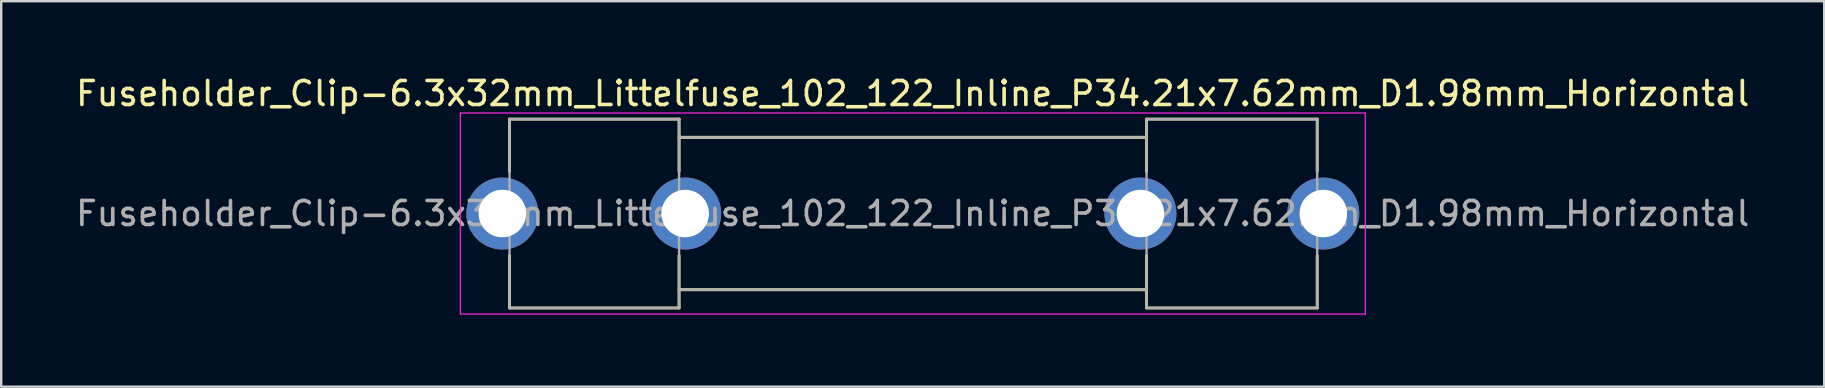
<source format=kicad_pcb>
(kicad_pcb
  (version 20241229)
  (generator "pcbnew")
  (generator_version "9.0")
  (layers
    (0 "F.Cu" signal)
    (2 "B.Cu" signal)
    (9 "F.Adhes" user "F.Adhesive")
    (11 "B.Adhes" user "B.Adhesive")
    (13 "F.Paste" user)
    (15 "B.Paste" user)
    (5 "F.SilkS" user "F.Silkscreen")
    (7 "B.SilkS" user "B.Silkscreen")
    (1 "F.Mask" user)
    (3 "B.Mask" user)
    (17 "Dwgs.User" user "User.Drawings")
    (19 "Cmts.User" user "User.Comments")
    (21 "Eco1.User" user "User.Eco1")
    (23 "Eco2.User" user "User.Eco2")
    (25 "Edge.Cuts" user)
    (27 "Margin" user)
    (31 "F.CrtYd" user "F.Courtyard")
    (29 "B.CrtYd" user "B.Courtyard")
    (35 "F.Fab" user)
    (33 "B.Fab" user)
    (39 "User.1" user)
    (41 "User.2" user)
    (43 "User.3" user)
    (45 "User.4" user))
  (footprint "Fuseholder_Clip-6.3x32mm_Littelfuse_102_122_Inline_P34.21x7.62mm_D1.98mm_Horizontal"
    (layer "F.Cu")
    (at 17.882 5.848)
    (property "Reference" "Fuseholder_Clip-6.3x32mm_Littelfuse_102_122_Inline_P34.21x7.62mm_D1.98mm_Horizontal" (at 17.1 -5 0) (layer "F.SilkS") (effects (font (size 1 1) (thickness 0.15))))
    (attr through_hole)
    (fp_line (start 0.3 -3.935) (end 0.3 -1.75) (stroke (width 0.12) (type solid)) (layer "F.SilkS"))
    (fp_line (start 0.3 3.935) (end 0.3 1.75) (stroke (width 0.12) (type solid)) (layer "F.SilkS"))
    (fp_line (start 7.365 -3.935) (end 0.3 -3.935) (stroke (width 0.12) (type solid)) (layer "F.SilkS"))
    (fp_line (start 7.365 -3.935) (end 7.365 -1.75) (stroke (width 0.12) (type solid)) (layer "F.SilkS"))
    (fp_line (start 7.365 3.935) (end 0.3 3.935) (stroke (width 0.12) (type solid)) (layer "F.SilkS"))
    (fp_line (start 7.365 3.935) (end 7.365 1.75) (stroke (width 0.12) (type solid)) (layer "F.SilkS"))
    (fp_line (start 26.845 -3.935) (end 26.845 -1.75) (stroke (width 0.12) (type solid)) (layer "F.SilkS"))
    (fp_line (start 26.845 -3.175) (end 7.365 -3.175) (stroke (width 0.12) (type solid)) (layer "F.SilkS"))
    (fp_line (start 26.845 3.175) (end 7.365 3.175) (stroke (width 0.12) (type solid)) (layer "F.SilkS"))
    (fp_line (start 26.845 3.935) (end 26.845 1.75) (stroke (width 0.12) (type solid)) (layer "F.SilkS"))
    (fp_line (start 26.845 3.935) (end 33.955 3.935) (stroke (width 0.12) (type solid)) (layer "F.SilkS"))
    (fp_line (start 33.955 -3.935) (end 26.845 -3.935) (stroke (width 0.12) (type solid)) (layer "F.SilkS"))
    (fp_line (start 33.955 -1.75) (end 33.955 -3.935) (stroke (width 0.12) (type solid)) (layer "F.SilkS"))
    (fp_line (start 33.955 1.75) (end 33.955 3.935) (stroke (width 0.12) (type solid)) (layer "F.SilkS"))
    (fp_line (start -1.75 -4.19) (end -1.75 4.19) (stroke (width 0.05) (type solid)) (layer "F.CrtYd"))
    (fp_line (start -1.75 -4.19) (end 35.96 -4.19) (stroke (width 0.05) (type solid)) (layer "F.CrtYd"))
    (fp_line (start 35.96 4.19) (end -1.75 4.19) (stroke (width 0.05) (type solid)) (layer "F.CrtYd"))
    (fp_line (start 35.96 4.19) (end 35.96 -4.19) (stroke (width 0.05) (type solid)) (layer "F.CrtYd"))
    (fp_line (start 0.3 -3.935) (end 7.365 -3.935) (stroke (width 0.1) (type solid)) (layer "F.Fab"))
    (fp_line (start 0.3 3.935) (end 0.3 -3.935) (stroke (width 0.1) (type solid)) (layer "F.Fab"))
    (fp_line (start 7.365 -3.935) (end 7.365 3.935) (stroke (width 0.1) (type solid)) (layer "F.Fab"))
    (fp_line (start 7.365 -3.175) (end 26.845 -3.175) (stroke (width 0.1) (type solid)) (layer "F.Fab"))
    (fp_line (start 7.365 3.935) (end 0.3 3.935) (stroke (width 0.1) (type solid)) (layer "F.Fab"))
    (fp_line (start 26.845 -3.935) (end 26.845 3.935) (stroke (width 0.1) (type solid)) (layer "F.Fab"))
    (fp_line (start 26.845 3.175) (end 7.365 3.175) (stroke (width 0.1) (type solid)) (layer "F.Fab"))
    (fp_line (start 26.845 3.935) (end 33.955 3.935) (stroke (width 0.1) (type solid)) (layer "F.Fab"))
    (fp_line (start 33.955 -3.935) (end 26.845 -3.935) (stroke (width 0.1) (type solid)) (layer "F.Fab"))
    (fp_line (start 33.955 3.935) (end 33.955 -3.935) (stroke (width 0.1) (type solid)) (layer "F.Fab"))
    (fp_text user "${REFERENCE}" (at 17.1 0 0) (layer "F.Fab") (effects (font (size 1 1) (thickness 0.15))))
    (pad "1" thru_hole circle (at 0 0) (size 3 3) (drill 1.98) (layers "*.Cu" "*.Mask"))
    (pad "1" thru_hole circle (at 7.62 0) (size 3 3) (drill 1.98) (layers "*.Cu" "*.Mask"))
    (pad "2" thru_hole circle (at 26.59 0) (size 3 3) (drill 1.98) (layers "*.Cu" "*.Mask"))
    (pad "2" thru_hole circle (at 34.21 0) (size 3 3) (drill 1.98) (layers "*.Cu" "*.Mask")))
  (gr_rect
    (start -3 -3)
    (end 72.964 13.063)
    (stroke (width 0.1) (type default))
    (fill no)
    (layer "Edge.Cuts")))
</source>
